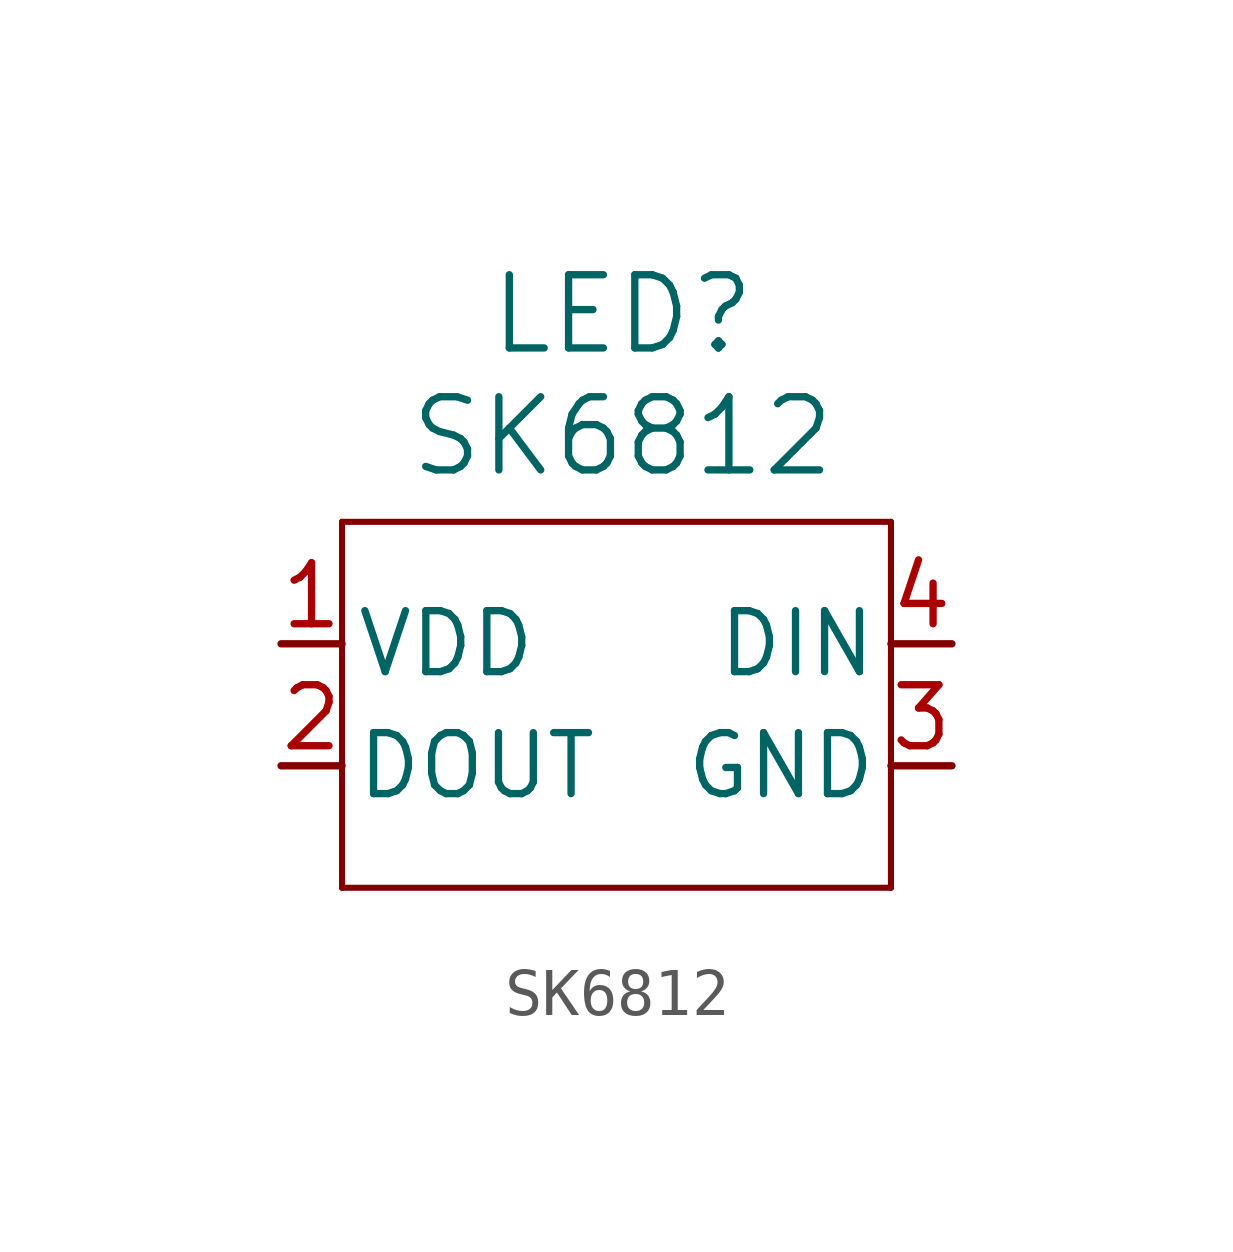
<source format=kicad_sym>
(kicad_symbol_lib
  (version 20241209)
  (generator "kicad_symbol_editor")
  (generator_version "9.0")
  (symbol "SK6812"
    (pin_names
      (offset 0.254))
    (property "Reference" "LED"
      (at 5.842 4.318 0)
      (effects (font (size 1.524 1.524))))
    (property "Value" "SK6812"
      (at 5.842 1.778 0)
      (effects (font (size 1.524 1.524))))
    (property "ki_locked" ""
      (at 0 0 0)
      (effects (font (size 1.27 1.27))))
    (symbol "SK6812_0_1"
      (polyline (pts (xy 0 0) (xy 0 -7.62)) (stroke (width 0.127) (type default)) (fill (type none)))
      (polyline (pts (xy 0 -7.62) (xy 11.43 -7.62)) (stroke (width 0.127) (type default)) (fill (type none)))
      (polyline (pts (xy 11.43 0) (xy 0 0)) (stroke (width 0.127) (type default)) (fill (type none)))
      (polyline (pts (xy 11.43 -7.62) (xy 11.43 0)) (stroke (width 0.127) (type default)) (fill (type none))))
    (symbol "SK6812_1_1"
      (pin power_in line (at -1.27 -2.54 0) (length 1.27) (name "VDD" (effects (font (size 1.27 1.27)))) (number "1" (effects (font (size 1.27 1.27)))))
      (pin output line (at -1.27 -5.08 0) (length 1.27) (name "DOUT" (effects (font (size 1.27 1.27)))) (number "2" (effects (font (size 1.27 1.27)))))
      (pin input line (at 12.7 -2.54 180) (length 1.27) (name "DIN" (effects (font (size 1.27 1.27)))) (number "4" (effects (font (size 1.27 1.27)))))
      (pin power_out line (at 12.7 -5.08 180) (length 1.27) (name "GND" (effects (font (size 1.27 1.27)))) (number "3" (effects (font (size 1.27 1.27))))))))
</source>
